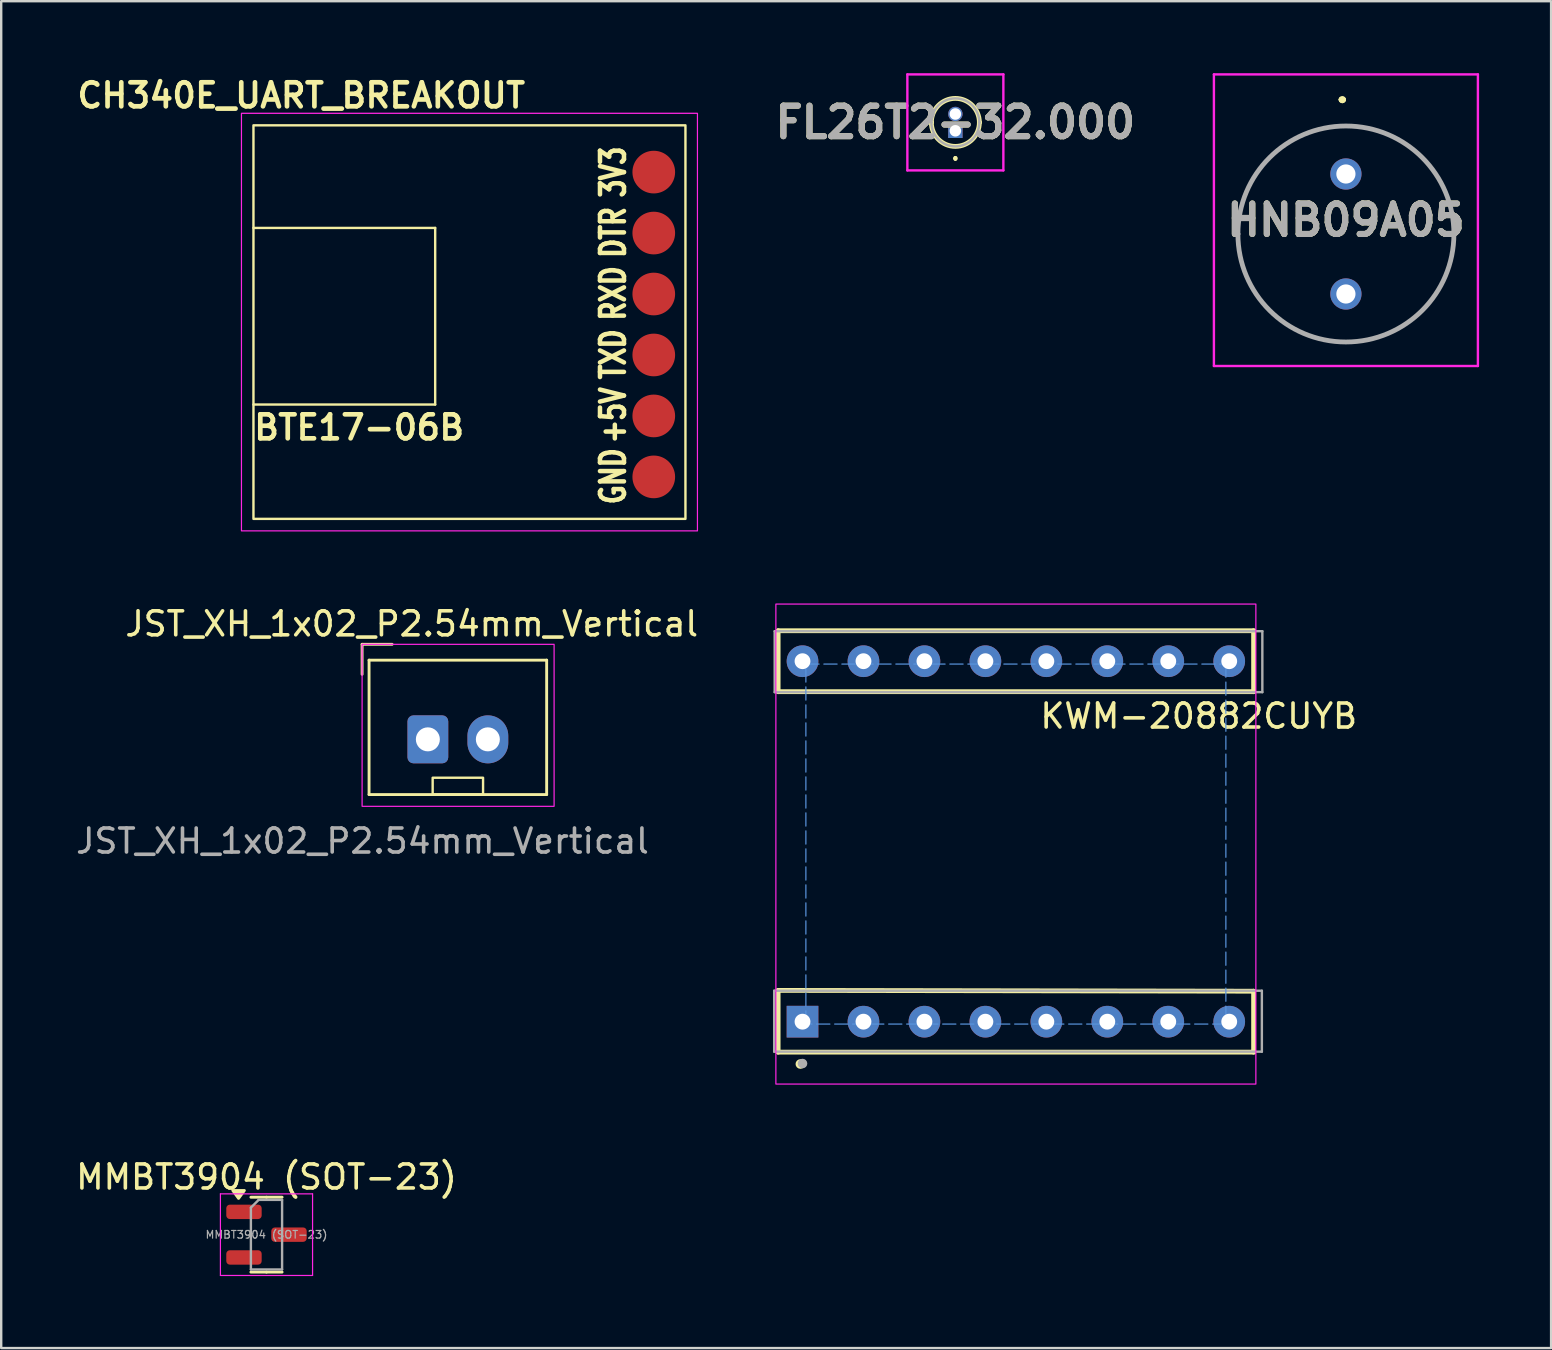
<source format=kicad_pcb>
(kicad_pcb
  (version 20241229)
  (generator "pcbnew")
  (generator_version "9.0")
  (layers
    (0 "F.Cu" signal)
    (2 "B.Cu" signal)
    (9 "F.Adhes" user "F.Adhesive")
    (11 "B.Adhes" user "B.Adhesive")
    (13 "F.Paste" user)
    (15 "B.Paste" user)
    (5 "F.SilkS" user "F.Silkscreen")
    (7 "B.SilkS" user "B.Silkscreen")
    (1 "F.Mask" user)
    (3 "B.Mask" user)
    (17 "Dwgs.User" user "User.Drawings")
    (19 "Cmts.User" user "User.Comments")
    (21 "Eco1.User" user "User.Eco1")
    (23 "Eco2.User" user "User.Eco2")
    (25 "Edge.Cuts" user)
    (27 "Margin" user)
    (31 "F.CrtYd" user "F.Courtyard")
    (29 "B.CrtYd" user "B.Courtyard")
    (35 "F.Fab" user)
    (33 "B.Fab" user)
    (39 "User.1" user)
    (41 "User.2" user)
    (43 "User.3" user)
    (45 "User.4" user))
  (footprint "JST_XH_1x02_P2.54mm_Vertical"
    (layer "F.Cu")
    (at 12.328 30.057)
    (property "Reference" "JST_XH_1x02_P2.54mm_Vertical" (at 1.778 -7.112 0) (layer "F.SilkS") (effects (font (size 1 1) (thickness 0.15))))
    (attr through_hole)
    (fp_line (start -0.29 -6.26) (end -0.29 -5.01) (stroke (width 0.12) (type solid)) (layer "F.SilkS"))
    (fp_line (start 0 -5.6) (end 0 0) (stroke (width 0.12) (type solid)) (layer "F.SilkS"))
    (fp_line (start 0 -5.6) (end 7.4 -5.6) (stroke (width 0.12) (type solid)) (layer "F.SilkS"))
    (fp_line (start 0 0) (end 7.4 0) (stroke (width 0.12) (type solid)) (layer "F.SilkS"))
    (fp_line (start 0.96 -6.26) (end -0.29 -6.26) (stroke (width 0.12) (type solid)) (layer "F.SilkS"))
    (fp_line (start 7.4 -5.6) (end 7.4 0) (stroke (width 0.12) (type solid)) (layer "F.SilkS"))
    (fp_rect (start 4.75 0) (end 2.65 -0.7) (stroke (width 0.1) (type default)) (fill no) (layer "F.SilkS"))
    (fp_rect (start -0.29 -6.26) (end 7.71 0.49) (stroke (width 0.05) (type default)) (fill no) (layer "F.CrtYd"))
    (fp_text user "${REFERENCE}" (at -0.274 1.938 0) (layer "F.Fab") (effects (font (size 1 1) (thickness 0.15))))
    (pad "1" thru_hole roundrect (at 2.45 -2.3) (size 1.7 2) (drill 1) (layers "*.Cu" "*.Mask") (roundrect_rratio 0.147))
    (pad "2" thru_hole oval (at 4.95 -2.3) (size 1.7 2) (drill 1) (layers "*.Cu" "*.Mask")))
  (footprint "KWM-20882CUYB"
    (layer "F.Cu")
    (at 39.279 32.121)
    (property "Reference" "KWM-20882CUYB" (at 7.62 -5.334 0) (layer "F.SilkS") (effects (font (size 1 1) (thickness 0.15))))
    (attr through_hole)
    (fp_line (start -9.906 -6.35) (end -9.906 -8.89) (stroke (width 0.2) (type solid)) (layer "F.SilkS"))
    (fp_line (start -9.906 6.096) (end 9.906 6.13) (stroke (width 0.2) (type solid)) (layer "F.SilkS"))
    (fp_line (start -9.906 8.67) (end -9.906 6.096) (stroke (width 0.2) (type solid)) (layer "F.SilkS"))
    (fp_line (start -9.906 8.67) (end 9.906 8.67) (stroke (width 0.2) (type solid)) (layer "F.SilkS"))
    (fp_line (start 9.906 -8.89) (end -9.906 -8.89) (stroke (width 0.2) (type solid)) (layer "F.SilkS"))
    (fp_line (start 9.906 -8.89) (end 9.906 -6.35) (stroke (width 0.2) (type solid)) (layer "F.SilkS"))
    (fp_line (start 9.906 -6.35) (end -9.906 -6.35) (stroke (width 0.2) (type solid)) (layer "F.SilkS"))
    (fp_line (start 9.906 6.13) (end 9.906 8.67) (stroke (width 0.2) (type solid)) (layer "F.SilkS"))
    (fp_circle (center -8.98 9.164) (end -9.08 9.164) (stroke (width 0.2) (type solid)) (fill no) (layer "F.SilkS"))
    (fp_rect (start -8.75 -7.5) (end 8.75 7.5) (stroke (width 0.05) (type dash)) (fill no) (layer "Cmts.User"))
    (fp_rect (start -10 -10) (end 10 10) (stroke (width 0.05) (type default)) (fill no) (layer "F.CrtYd"))
    (fp_line (start -10.07 6.11) (end 10.25 6.11) (stroke (width 0.1) (type solid)) (layer "F.Fab"))
    (fp_line (start -10.07 8.65) (end -10.07 6.11) (stroke (width 0.1) (type solid)) (layer "F.Fab"))
    (fp_line (start -10.05 -8.87) (end 10.27 -8.87) (stroke (width 0.1) (type solid)) (layer "F.Fab"))
    (fp_line (start -10.05 -6.33) (end -10.05 -8.87) (stroke (width 0.1) (type solid)) (layer "F.Fab"))
    (fp_line (start 10.25 6.11) (end 10.25 8.65) (stroke (width 0.1) (type solid)) (layer "F.Fab"))
    (fp_line (start 10.25 8.65) (end -10.07 8.65) (stroke (width 0.1) (type solid)) (layer "F.Fab"))
    (fp_line (start 10.27 -8.87) (end 10.27 -6.33) (stroke (width 0.1) (type solid)) (layer "F.Fab"))
    (fp_line (start 10.27 -6.33) (end -10.05 -6.33) (stroke (width 0.1) (type solid)) (layer "F.Fab"))
    (fp_circle (center -8.89 9.144) (end -8.99 9.144) (stroke (width 0.2) (type solid)) (fill no) (layer "F.Fab"))
    (pad "01" thru_hole rect (at -8.89 7.4) (size 1.32 1.32) (drill 0.66) (layers "*.Cu" "*.Mask"))
    (pad "02" thru_hole circle (at -6.35 7.4) (size 1.32 1.32) (drill 0.66) (layers "*.Cu" "*.Mask"))
    (pad "03" thru_hole circle (at -3.81 7.4) (size 1.32 1.32) (drill 0.66) (layers "*.Cu" "*.Mask"))
    (pad "04" thru_hole circle (at -1.27 7.4) (size 1.32 1.32) (drill 0.66) (layers "*.Cu" "*.Mask"))
    (pad "05" thru_hole circle (at 1.27 7.4) (size 1.32 1.32) (drill 0.66) (layers "*.Cu" "*.Mask"))
    (pad "06" thru_hole circle (at 3.81 7.4) (size 1.32 1.32) (drill 0.66) (layers "*.Cu" "*.Mask"))
    (pad "07" thru_hole circle (at 6.35 7.4) (size 1.32 1.32) (drill 0.66) (layers "*.Cu" "*.Mask"))
    (pad "08" thru_hole circle (at 8.89 7.4) (size 1.32 1.32) (drill 0.66) (layers "*.Cu" "*.Mask"))
    (pad "09" thru_hole circle (at 8.89 -7.62) (size 1.32 1.32) (drill 0.66) (layers "*.Cu" "*.Mask"))
    (pad "10" thru_hole circle (at 6.35 -7.62) (size 1.32 1.32) (drill 0.66) (layers "*.Cu" "*.Mask"))
    (pad "11" thru_hole circle (at 3.81 -7.62) (size 1.32 1.32) (drill 0.66) (layers "*.Cu" "*.Mask"))
    (pad "12" thru_hole circle (at 1.27 -7.62) (size 1.32 1.32) (drill 0.66) (layers "*.Cu" "*.Mask"))
    (pad "13" thru_hole circle (at -1.27 -7.62) (size 1.32 1.32) (drill 0.66) (layers "*.Cu" "*.Mask"))
    (pad "14" thru_hole circle (at -3.81 -7.62) (size 1.32 1.32) (drill 0.66) (layers "*.Cu" "*.Mask"))
    (pad "15" thru_hole circle (at -6.35 -7.62) (size 1.32 1.32) (drill 0.66) (layers "*.Cu" "*.Mask"))
    (pad "16" thru_hole circle (at -8.89 -7.62) (size 1.32 1.32) (drill 0.66) (layers "*.Cu" "*.Mask")))
  (footprint "HNB09A05"
    (layer "F.Cu")
    (at 53.031 6.7)
    (property "Reference" "HNB09A05" (at 0 -0.575 0) (layer "F.SilkS") (effects (font (size 1.27 1.27) (thickness 0.254))))
    (attr through_hole)
    (fp_line (start -4.5 0) (end -4.5 0) (stroke (width 0.1) (type solid)) (layer "F.SilkS"))
    (fp_line (start -0.2 -5.6) (end -0.2 -5.6) (stroke (width 0.2) (type solid)) (layer "F.SilkS"))
    (fp_line (start -0.2 -5.6) (end -0.2 -5.6) (stroke (width 0.2) (type solid)) (layer "F.SilkS"))
    (fp_line (start -0.1 -5.6) (end -0.1 -5.6) (stroke (width 0.2) (type solid)) (layer "F.SilkS"))
    (fp_line (start 4.5 0) (end 4.5 0) (stroke (width 0.1) (type solid)) (layer "F.SilkS"))
    (fp_arc (start -4.5 0) (mid 0 -4.5) (end 4.5 0) (stroke (width 0.1) (type solid)) (layer "F.SilkS"))
    (fp_arc (start -0.2 -5.6) (mid -0.15 -5.65) (end -0.1 -5.6) (stroke (width 0.2) (type solid)) (layer "F.SilkS"))
    (fp_arc (start -0.1 -5.6) (mid -0.15 -5.55) (end -0.2 -5.6) (stroke (width 0.2) (type solid)) (layer "F.SilkS"))
    (fp_arc (start -0.1 -5.6) (mid -0.15 -5.55) (end -0.2 -5.6) (stroke (width 0.2) (type solid)) (layer "F.SilkS"))
    (fp_arc (start 4.5 0) (mid 0 4.5) (end -4.5 0) (stroke (width 0.1) (type solid)) (layer "F.SilkS"))
    (fp_line (start -5.5 -6.65) (end 5.5 -6.65) (stroke (width 0.1) (type solid)) (layer "F.CrtYd"))
    (fp_line (start -5.5 5.5) (end -5.5 -6.65) (stroke (width 0.1) (type solid)) (layer "F.CrtYd"))
    (fp_line (start 5.5 -6.65) (end 5.5 5.5) (stroke (width 0.1) (type solid)) (layer "F.CrtYd"))
    (fp_line (start 5.5 5.5) (end -5.5 5.5) (stroke (width 0.1) (type solid)) (layer "F.CrtYd"))
    (fp_line (start -4.5 0) (end -4.5 0) (stroke (width 0.2) (type solid)) (layer "F.Fab"))
    (fp_line (start 4.5 0) (end 4.5 0) (stroke (width 0.2) (type solid)) (layer "F.Fab"))
    (fp_arc (start -4.5 0) (mid 0 -4.5) (end 4.5 0) (stroke (width 0.2) (type solid)) (layer "F.Fab"))
    (fp_arc (start 4.5 0) (mid 0 4.5) (end -4.5 0) (stroke (width 0.2) (type solid)) (layer "F.Fab"))
    (fp_text user "${REFERENCE}" (at 0 -0.575 0) (layer "F.Fab") (effects (font (size 1.27 1.27) (thickness 0.254))))
    (pad "1" thru_hole circle (at 0 -2.5) (size 1.3 1.3) (drill 0.8) (layers "*.Cu" "*.Mask"))
    (pad "2" thru_hole circle (at 0 2.5) (size 1.3 1.3) (drill 0.8) (layers "*.Cu" "*.Mask")))
  (footprint "MMBT3904 (SOT-23)"
    (layer "F.Cu")
    (at 8.054 48.395)
    (property "Reference" "MMBT3904 (SOT-23)" (at 0 -2.4 0) (layer "F.SilkS") (effects (font (size 1 1) (thickness 0.15))))
    (attr smd)
    (fp_line (start 0 -1.56) (end -0.65 -1.56) (stroke (width 0.12) (type solid)) (layer "F.SilkS"))
    (fp_line (start 0 -1.56) (end 0.65 -1.56) (stroke (width 0.12) (type solid)) (layer "F.SilkS"))
    (fp_line (start 0 1.56) (end -0.65 1.56) (stroke (width 0.12) (type solid)) (layer "F.SilkS"))
    (fp_line (start 0 1.56) (end 0.65 1.56) (stroke (width 0.12) (type solid)) (layer "F.SilkS"))
    (fp_poly (pts (xy -1.163 -1.51) (xy -1.403 -1.84) (xy -0.922 -1.84) (xy -1.163 -1.51)) (stroke (width 0.12) (type solid)) (fill yes) (layer "F.SilkS"))
    (fp_line (start -1.92 -1.7) (end -1.92 1.7) (stroke (width 0.05) (type solid)) (layer "F.CrtYd"))
    (fp_line (start -1.92 1.7) (end 1.92 1.7) (stroke (width 0.05) (type solid)) (layer "F.CrtYd"))
    (fp_line (start 1.92 -1.7) (end -1.92 -1.7) (stroke (width 0.05) (type solid)) (layer "F.CrtYd"))
    (fp_line (start 1.92 1.7) (end 1.92 -1.7) (stroke (width 0.05) (type solid)) (layer "F.CrtYd"))
    (fp_line (start -0.65 -1.125) (end -0.325 -1.45) (stroke (width 0.1) (type solid)) (layer "F.Fab"))
    (fp_line (start -0.65 1.45) (end -0.65 -1.125) (stroke (width 0.1) (type solid)) (layer "F.Fab"))
    (fp_line (start -0.325 -1.45) (end 0.65 -1.45) (stroke (width 0.1) (type solid)) (layer "F.Fab"))
    (fp_line (start 0.65 -1.45) (end 0.65 1.45) (stroke (width 0.1) (type solid)) (layer "F.Fab"))
    (fp_line (start 0.65 1.45) (end -0.65 1.45) (stroke (width 0.1) (type solid)) (layer "F.Fab"))
    (fp_text user "${REFERENCE}" (at 0 0 0) (layer "F.Fab") (effects (font (size 0.32 0.32) (thickness 0.05))))
    (pad "1" smd roundrect (at -0.938 -0.95) (size 1.475 0.6) (layers "F.Cu" "F.Mask" "F.Paste") (roundrect_rratio 0.25))
    (pad "2" smd roundrect (at -0.938 0.95) (size 1.475 0.6) (layers "F.Cu" "F.Mask" "F.Paste") (roundrect_rratio 0.25))
    (pad "3" smd roundrect (at 0.938 0) (size 1.475 0.6) (layers "F.Cu" "F.Mask" "F.Paste") (roundrect_rratio 0.25)))
  (footprint "FL26T2-32.000"
    (layer "F.Cu")
    (at 36.758 2.4)
    (property "Reference" "FL26T2-32.000" (at 0 -0.35 0) (layer "F.SilkS") (effects (font (size 1.27 1.27) (thickness 0.254))))
    (attr through_hole)
    (fp_line (start -1 -0.35) (end -1 -0.35) (stroke (width 0.2) (type solid)) (layer "F.SilkS"))
    (fp_line (start 0 1.1) (end 0 1.1) (stroke (width 0.1) (type solid)) (layer "F.SilkS"))
    (fp_line (start 0 1.2) (end 0 1.2) (stroke (width 0.1) (type solid)) (layer "F.SilkS"))
    (fp_line (start 1 -0.35) (end 1 -0.35) (stroke (width 0.2) (type solid)) (layer "F.SilkS"))
    (fp_arc (start -1 -0.35) (mid 0 -1.35) (end 1 -0.35) (stroke (width 0.2) (type solid)) (layer "F.SilkS"))
    (fp_arc (start 0 1.1) (mid 0.05 1.15) (end 0 1.2) (stroke (width 0.1) (type solid)) (layer "F.SilkS"))
    (fp_arc (start 0 1.2) (mid -0.05 1.15) (end 0 1.1) (stroke (width 0.1) (type solid)) (layer "F.SilkS"))
    (fp_arc (start 1 -0.35) (mid 0 0.65) (end -1 -0.35) (stroke (width 0.2) (type solid)) (layer "F.SilkS"))
    (fp_line (start -2 -2.35) (end 2 -2.35) (stroke (width 0.1) (type solid)) (layer "F.CrtYd"))
    (fp_line (start -2 1.65) (end -2 -2.35) (stroke (width 0.1) (type solid)) (layer "F.CrtYd"))
    (fp_line (start 2 -2.35) (end 2 1.65) (stroke (width 0.1) (type solid)) (layer "F.CrtYd"))
    (fp_line (start 2 1.65) (end -2 1.65) (stroke (width 0.1) (type solid)) (layer "F.CrtYd"))
    (fp_line (start -1 -0.35) (end -1 -0.35) (stroke (width 0.1) (type solid)) (layer "F.Fab"))
    (fp_line (start 1 -0.35) (end 1 -0.35) (stroke (width 0.1) (type solid)) (layer "F.Fab"))
    (fp_arc (start -1 -0.35) (mid 0 -1.35) (end 1 -0.35) (stroke (width 0.1) (type solid)) (layer "F.Fab"))
    (fp_arc (start 1 -0.35) (mid 0 0.65) (end -1 -0.35) (stroke (width 0.1) (type solid)) (layer "F.Fab"))
    (fp_text user "${REFERENCE}" (at 0 -0.35 0) (layer "F.Fab") (effects (font (size 1.27 1.27) (thickness 0.254))))
    (pad "1" thru_hole rect (at 0 0) (size 0.6 0.6) (drill 0.48) (layers "*.Cu" "*.Mask"))
    (pad "2" thru_hole circle (at 0 -0.7) (size 0.6 0.6) (drill 0.48) (layers "*.Cu" "*.Mask")))
  (footprint "CH340E_UART_BREAKOUT"
    (layer "F.Cu")
    (at 7.511 18.571)
    (property "Reference" "CH340E_UART_BREAKOUT" (at 1.992 -17.644 0) (unlocked yes) (layer "F.SilkS") (effects (font (size 1 1) (thickness 0.195))))
    (attr smd)
    (fp_line (start 0 -4.764) (end 7.572 -4.764) (stroke (width 0.1) (type default)) (layer "F.SilkS"))
    (fp_line (start 7.572 -12.124) (end 0 -12.124) (stroke (width 0.1) (type default)) (layer "F.SilkS"))
    (fp_line (start 7.572 -4.764) (end 7.572 -12.124) (stroke (width 0.1) (type default)) (layer "F.SilkS"))
    (fp_rect (start 18 0) (end 0 -16.4) (stroke (width 0.1) (type default)) (fill no) (layer "F.SilkS"))
    (fp_rect (start 18.5 0.5) (end -0.5 -16.9) (stroke (width 0.05) (type default)) (fill no) (layer "F.CrtYd"))
    (fp_text user "TXD" (at 14.986 -6.858 90) (unlocked yes) (layer "F.SilkS") (effects (font (size 1 0.75) (thickness 0.195))))
    (fp_text user "BTE17-06B" (at 8.89 -3.81 0) (unlocked yes) (layer "F.SilkS") (effects (font (size 1 1) (thickness 0.195)) (justify right)))
    (fp_text user "GND" (at 14.986 -1.778 90) (unlocked yes) (layer "F.SilkS") (effects (font (size 1 0.75) (thickness 0.195))))
    (fp_text user "3V3" (at 14.986 -14.45 90) (unlocked yes) (layer "F.SilkS") (effects (font (size 1 0.75) (thickness 0.195))))
    (fp_text user "DTR" (at 14.986 -11.938 90) (unlocked yes) (layer "F.SilkS") (effects (font (size 1 0.75) (thickness 0.195))))
    (fp_text user "RXD" (at 14.986 -9.398 90) (unlocked yes) (layer "F.SilkS") (effects (font (size 1 0.75) (thickness 0.195))))
    (fp_text user "+5V" (at 14.986 -4.318 90) (unlocked yes) (layer "F.SilkS") (effects (font (size 1 0.75) (thickness 0.195))))
    (pad "1" smd circle (at 16.68 -14.45) (size 1.778 1.778) (layers "F.Cu" "F.Mask" "F.Paste"))
    (pad "2" smd circle (at 16.68 -11.91) (size 1.778 1.778) (layers "F.Cu" "F.Mask" "F.Paste"))
    (pad "3" smd circle (at 16.68 -9.37) (size 1.778 1.778) (layers "F.Cu" "F.Mask" "F.Paste"))
    (pad "4" smd circle (at 16.68 -6.83) (size 1.778 1.778) (layers "F.Cu" "F.Mask" "F.Paste"))
    (pad "5" smd circle (at 16.68 -4.29) (size 1.778 1.778) (layers "F.Cu" "F.Mask" "F.Paste"))
    (pad "6" smd circle (at 16.68 -1.75) (size 1.778 1.778) (layers "F.Cu" "F.Mask" "F.Paste")))
  (gr_rect
    (start -3 -3)
    (end 61.581 53.12)
    (stroke (width 0.1) (type default))
    (fill no)
    (layer "Edge.Cuts")))
</source>
